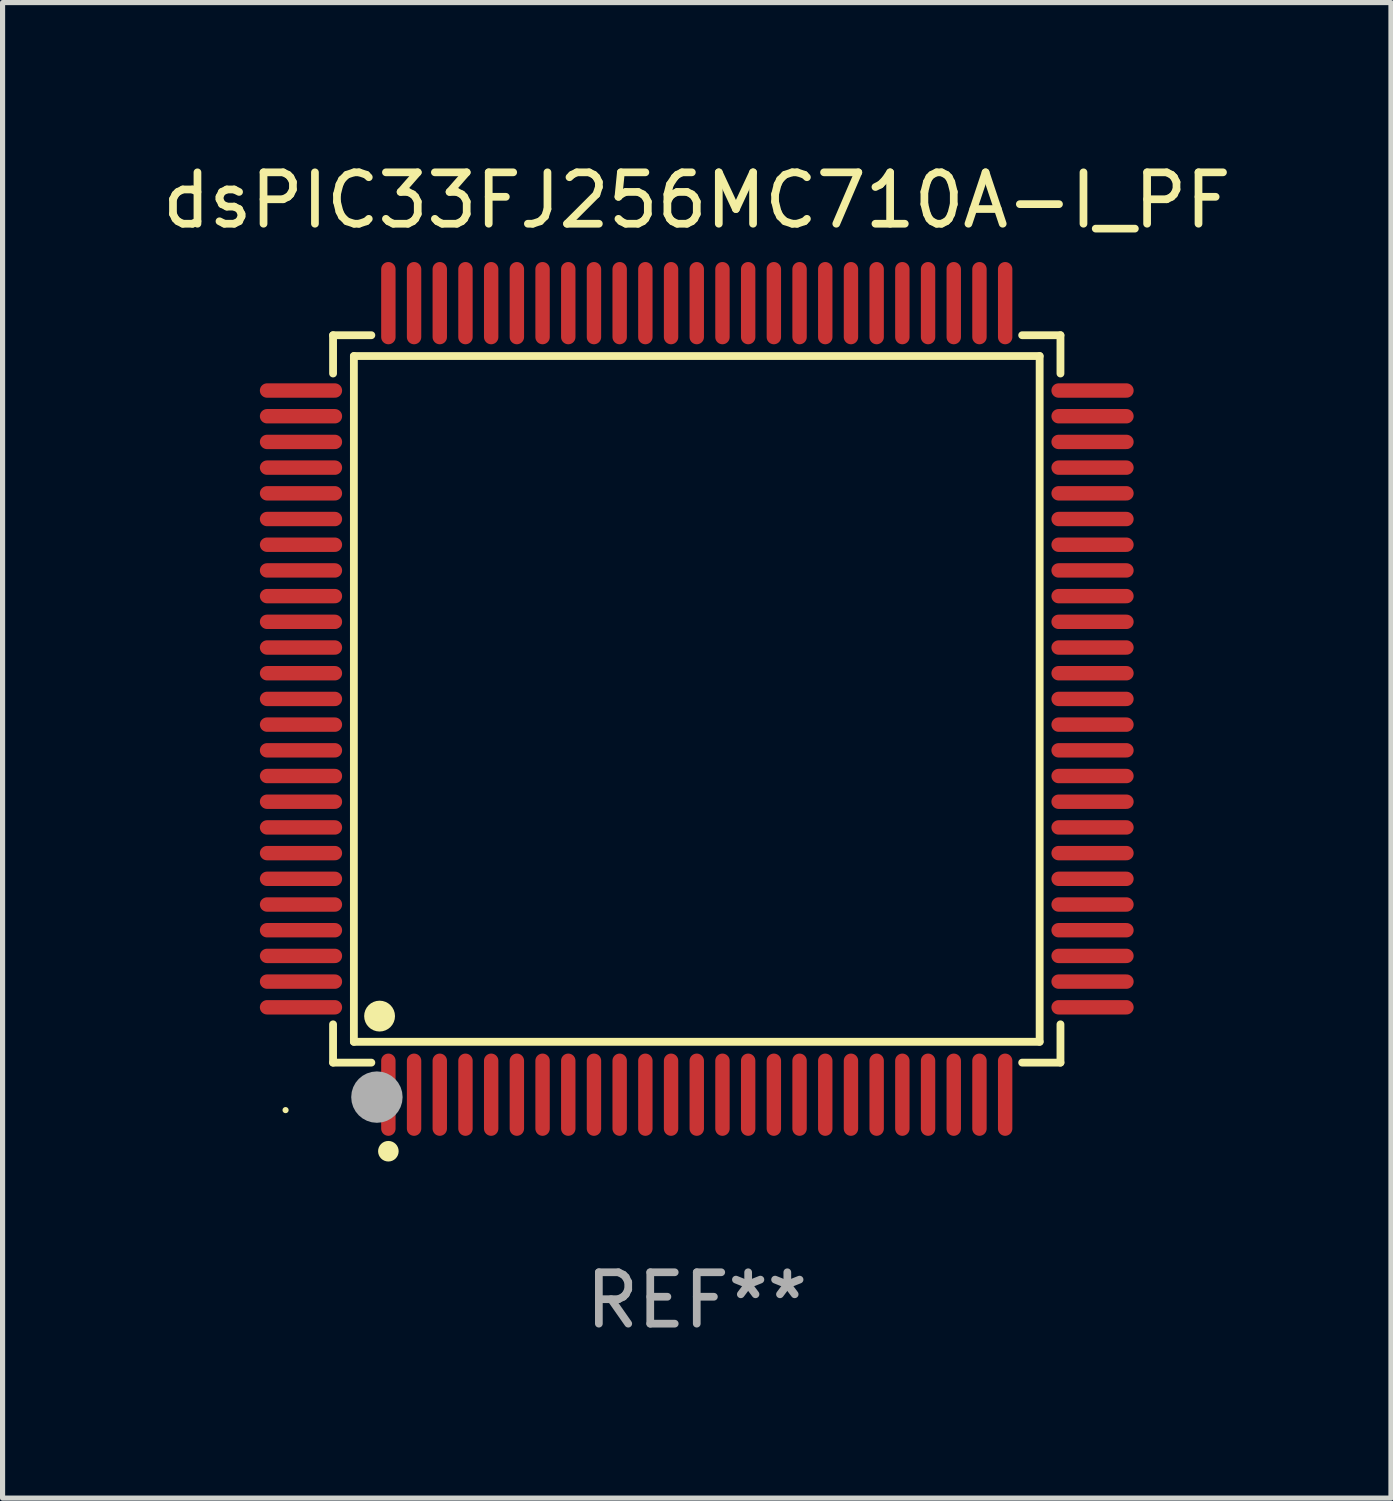
<source format=kicad_pcb>
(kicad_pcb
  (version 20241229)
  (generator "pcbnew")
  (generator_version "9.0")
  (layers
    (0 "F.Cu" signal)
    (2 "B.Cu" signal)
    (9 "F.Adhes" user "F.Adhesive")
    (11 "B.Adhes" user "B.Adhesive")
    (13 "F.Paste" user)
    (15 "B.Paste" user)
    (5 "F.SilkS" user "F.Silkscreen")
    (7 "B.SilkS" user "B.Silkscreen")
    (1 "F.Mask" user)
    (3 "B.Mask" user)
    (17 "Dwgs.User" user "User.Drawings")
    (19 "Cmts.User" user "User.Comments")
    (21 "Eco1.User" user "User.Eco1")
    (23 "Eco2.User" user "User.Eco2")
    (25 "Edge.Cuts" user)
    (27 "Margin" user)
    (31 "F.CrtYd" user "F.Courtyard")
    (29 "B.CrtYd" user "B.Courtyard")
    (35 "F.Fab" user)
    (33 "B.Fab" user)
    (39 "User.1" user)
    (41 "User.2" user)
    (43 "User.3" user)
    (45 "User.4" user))
  (footprint "dsPIC33FJ256MC710A-I_PF"
    (layer "F.Cu")
    (at 10.506 10.548)
    (property "Reference" "dsPIC33FJ256MC710A-I_PF" (at 0 -9.7 0) (layer "F.SilkS") (effects (font (size 1 1) (thickness 0.15))))
    (attr through_hole)
    (fp_line (start -7.076 -7.076) (end -6.331 -7.076) (stroke (width 0.152) (type solid)) (layer "F.SilkS"))
    (fp_line (start -7.076 -6.331) (end -7.076 -7.076) (stroke (width 0.152) (type solid)) (layer "F.SilkS"))
    (fp_line (start -7.076 6.331) (end -7.076 7.076) (stroke (width 0.152) (type solid)) (layer "F.SilkS"))
    (fp_line (start -7.076 7.076) (end -6.331 7.076) (stroke (width 0.152) (type solid)) (layer "F.SilkS"))
    (fp_line (start -6.671 -6.671) (end 6.671 -6.671) (stroke (width 0.152) (type solid)) (layer "F.SilkS"))
    (fp_line (start -6.671 6.671) (end -6.671 -6.671) (stroke (width 0.152) (type solid)) (layer "F.SilkS"))
    (fp_line (start 6.671 -6.671) (end 6.671 6.671) (stroke (width 0.152) (type solid)) (layer "F.SilkS"))
    (fp_line (start 6.671 6.671) (end -6.671 6.671) (stroke (width 0.152) (type solid)) (layer "F.SilkS"))
    (fp_line (start 7.076 -7.076) (end 6.331 -7.076) (stroke (width 0.152) (type solid)) (layer "F.SilkS"))
    (fp_line (start 7.076 -6.331) (end 7.076 -7.076) (stroke (width 0.152) (type solid)) (layer "F.SilkS"))
    (fp_line (start 7.076 6.331) (end 7.076 7.076) (stroke (width 0.152) (type solid)) (layer "F.SilkS"))
    (fp_line (start 7.076 7.076) (end 6.331 7.076) (stroke (width 0.152) (type solid)) (layer "F.SilkS"))
    (fp_circle (center -8 8) (end -7.97 8) (stroke (width 0.06) (type solid)) (fill no) (layer "F.SilkS"))
    (fp_circle (center -6.171 6.171) (end -6.021 6.171) (stroke (width 0.3) (type solid)) (fill no) (layer "F.SilkS"))
    (fp_circle (center -6 8.8) (end -5.9 8.8) (stroke (width 0.2) (type solid)) (fill no) (layer "F.SilkS"))
    (fp_circle (center -6.223 7.747) (end -5.973 7.747) (stroke (width 0.5) (type solid)) (fill no) (layer "F.Fab"))
    (fp_text user "REF**" (at 0 11.7 0) (layer "F.Fab") (effects (font (size 1 1) (thickness 0.15))))
    (pad "1" smd oval (at -6 7.7) (size 0.28 1.6) (layers "F.Cu" "F.Mask" "F.Paste"))
    (pad "2" smd oval (at -5.5 7.7) (size 0.28 1.6) (layers "F.Cu" "F.Mask" "F.Paste"))
    (pad "3" smd oval (at -5 7.7) (size 0.28 1.6) (layers "F.Cu" "F.Mask" "F.Paste"))
    (pad "4" smd oval (at -4.5 7.7) (size 0.28 1.6) (layers "F.Cu" "F.Mask" "F.Paste"))
    (pad "5" smd oval (at -4 7.7) (size 0.28 1.6) (layers "F.Cu" "F.Mask" "F.Paste"))
    (pad "6" smd oval (at -3.5 7.7) (size 0.28 1.6) (layers "F.Cu" "F.Mask" "F.Paste"))
    (pad "7" smd oval (at -3 7.7) (size 0.28 1.6) (layers "F.Cu" "F.Mask" "F.Paste"))
    (pad "8" smd oval (at -2.5 7.7) (size 0.28 1.6) (layers "F.Cu" "F.Mask" "F.Paste"))
    (pad "9" smd oval (at -2 7.7) (size 0.28 1.6) (layers "F.Cu" "F.Mask" "F.Paste"))
    (pad "10" smd oval (at -1.5 7.7) (size 0.28 1.6) (layers "F.Cu" "F.Mask" "F.Paste"))
    (pad "11" smd oval (at -1 7.7) (size 0.28 1.6) (layers "F.Cu" "F.Mask" "F.Paste"))
    (pad "12" smd oval (at -0.5 7.7) (size 0.28 1.6) (layers "F.Cu" "F.Mask" "F.Paste"))
    (pad "13" smd oval (at 0 7.7) (size 0.28 1.6) (layers "F.Cu" "F.Mask" "F.Paste"))
    (pad "14" smd oval (at 0.5 7.7) (size 0.28 1.6) (layers "F.Cu" "F.Mask" "F.Paste"))
    (pad "15" smd oval (at 1 7.7) (size 0.28 1.6) (layers "F.Cu" "F.Mask" "F.Paste"))
    (pad "16" smd oval (at 1.5 7.7) (size 0.28 1.6) (layers "F.Cu" "F.Mask" "F.Paste"))
    (pad "17" smd oval (at 2 7.7) (size 0.28 1.6) (layers "F.Cu" "F.Mask" "F.Paste"))
    (pad "18" smd oval (at 2.5 7.7) (size 0.28 1.6) (layers "F.Cu" "F.Mask" "F.Paste"))
    (pad "19" smd oval (at 3 7.7) (size 0.28 1.6) (layers "F.Cu" "F.Mask" "F.Paste"))
    (pad "20" smd oval (at 3.5 7.7) (size 0.28 1.6) (layers "F.Cu" "F.Mask" "F.Paste"))
    (pad "21" smd oval (at 4 7.7) (size 0.28 1.6) (layers "F.Cu" "F.Mask" "F.Paste"))
    (pad "22" smd oval (at 4.5 7.7) (size 0.28 1.6) (layers "F.Cu" "F.Mask" "F.Paste"))
    (pad "23" smd oval (at 5 7.7) (size 0.28 1.6) (layers "F.Cu" "F.Mask" "F.Paste"))
    (pad "24" smd oval (at 5.5 7.7) (size 0.28 1.6) (layers "F.Cu" "F.Mask" "F.Paste"))
    (pad "25" smd oval (at 6 7.7) (size 0.28 1.6) (layers "F.Cu" "F.Mask" "F.Paste"))
    (pad "26" smd oval (at 7.7 6) (size 1.6 0.28) (layers "F.Cu" "F.Mask" "F.Paste"))
    (pad "27" smd oval (at 7.7 5.5) (size 1.6 0.28) (layers "F.Cu" "F.Mask" "F.Paste"))
    (pad "28" smd oval (at 7.7 5) (size 1.6 0.28) (layers "F.Cu" "F.Mask" "F.Paste"))
    (pad "29" smd oval (at 7.7 4.5) (size 1.6 0.28) (layers "F.Cu" "F.Mask" "F.Paste"))
    (pad "30" smd oval (at 7.7 4) (size 1.6 0.28) (layers "F.Cu" "F.Mask" "F.Paste"))
    (pad "31" smd oval (at 7.7 3.5) (size 1.6 0.28) (layers "F.Cu" "F.Mask" "F.Paste"))
    (pad "32" smd oval (at 7.7 3) (size 1.6 0.28) (layers "F.Cu" "F.Mask" "F.Paste"))
    (pad "33" smd oval (at 7.7 2.5) (size 1.6 0.28) (layers "F.Cu" "F.Mask" "F.Paste"))
    (pad "34" smd oval (at 7.7 2) (size 1.6 0.28) (layers "F.Cu" "F.Mask" "F.Paste"))
    (pad "35" smd oval (at 7.7 1.5) (size 1.6 0.28) (layers "F.Cu" "F.Mask" "F.Paste"))
    (pad "36" smd oval (at 7.7 1) (size 1.6 0.28) (layers "F.Cu" "F.Mask" "F.Paste"))
    (pad "37" smd oval (at 7.7 0.5) (size 1.6 0.28) (layers "F.Cu" "F.Mask" "F.Paste"))
    (pad "38" smd oval (at 7.7 0) (size 1.6 0.28) (layers "F.Cu" "F.Mask" "F.Paste"))
    (pad "39" smd oval (at 7.7 -0.5) (size 1.6 0.28) (layers "F.Cu" "F.Mask" "F.Paste"))
    (pad "40" smd oval (at 7.7 -1) (size 1.6 0.28) (layers "F.Cu" "F.Mask" "F.Paste"))
    (pad "41" smd oval (at 7.7 -1.5) (size 1.6 0.28) (layers "F.Cu" "F.Mask" "F.Paste"))
    (pad "42" smd oval (at 7.7 -2) (size 1.6 0.28) (layers "F.Cu" "F.Mask" "F.Paste"))
    (pad "43" smd oval (at 7.7 -2.5) (size 1.6 0.28) (layers "F.Cu" "F.Mask" "F.Paste"))
    (pad "44" smd oval (at 7.7 -3) (size 1.6 0.28) (layers "F.Cu" "F.Mask" "F.Paste"))
    (pad "45" smd oval (at 7.7 -3.5) (size 1.6 0.28) (layers "F.Cu" "F.Mask" "F.Paste"))
    (pad "46" smd oval (at 7.7 -4) (size 1.6 0.28) (layers "F.Cu" "F.Mask" "F.Paste"))
    (pad "47" smd oval (at 7.7 -4.5) (size 1.6 0.28) (layers "F.Cu" "F.Mask" "F.Paste"))
    (pad "48" smd oval (at 7.7 -5) (size 1.6 0.28) (layers "F.Cu" "F.Mask" "F.Paste"))
    (pad "49" smd oval (at 7.7 -5.5) (size 1.6 0.28) (layers "F.Cu" "F.Mask" "F.Paste"))
    (pad "50" smd oval (at 7.7 -6) (size 1.6 0.28) (layers "F.Cu" "F.Mask" "F.Paste"))
    (pad "51" smd oval (at 6 -7.7) (size 0.28 1.6) (layers "F.Cu" "F.Mask" "F.Paste"))
    (pad "52" smd oval (at 5.5 -7.7) (size 0.28 1.6) (layers "F.Cu" "F.Mask" "F.Paste"))
    (pad "53" smd oval (at 5 -7.7) (size 0.28 1.6) (layers "F.Cu" "F.Mask" "F.Paste"))
    (pad "54" smd oval (at 4.5 -7.7) (size 0.28 1.6) (layers "F.Cu" "F.Mask" "F.Paste"))
    (pad "55" smd oval (at 4 -7.7) (size 0.28 1.6) (layers "F.Cu" "F.Mask" "F.Paste"))
    (pad "56" smd oval (at 3.5 -7.7) (size 0.28 1.6) (layers "F.Cu" "F.Mask" "F.Paste"))
    (pad "57" smd oval (at 3 -7.7) (size 0.28 1.6) (layers "F.Cu" "F.Mask" "F.Paste"))
    (pad "58" smd oval (at 2.5 -7.7) (size 0.28 1.6) (layers "F.Cu" "F.Mask" "F.Paste"))
    (pad "59" smd oval (at 2 -7.7) (size 0.28 1.6) (layers "F.Cu" "F.Mask" "F.Paste"))
    (pad "60" smd oval (at 1.5 -7.7) (size 0.28 1.6) (layers "F.Cu" "F.Mask" "F.Paste"))
    (pad "61" smd oval (at 1 -7.7) (size 0.28 1.6) (layers "F.Cu" "F.Mask" "F.Paste"))
    (pad "62" smd oval (at 0.5 -7.7) (size 0.28 1.6) (layers "F.Cu" "F.Mask" "F.Paste"))
    (pad "63" smd oval (at 0 -7.7) (size 0.28 1.6) (layers "F.Cu" "F.Mask" "F.Paste"))
    (pad "64" smd oval (at -0.5 -7.7) (size 0.28 1.6) (layers "F.Cu" "F.Mask" "F.Paste"))
    (pad "65" smd oval (at -1 -7.7) (size 0.28 1.6) (layers "F.Cu" "F.Mask" "F.Paste"))
    (pad "66" smd oval (at -1.5 -7.7) (size 0.28 1.6) (layers "F.Cu" "F.Mask" "F.Paste"))
    (pad "67" smd oval (at -2 -7.7) (size 0.28 1.6) (layers "F.Cu" "F.Mask" "F.Paste"))
    (pad "68" smd oval (at -2.5 -7.7) (size 0.28 1.6) (layers "F.Cu" "F.Mask" "F.Paste"))
    (pad "69" smd oval (at -3 -7.7) (size 0.28 1.6) (layers "F.Cu" "F.Mask" "F.Paste"))
    (pad "70" smd oval (at -3.5 -7.7) (size 0.28 1.6) (layers "F.Cu" "F.Mask" "F.Paste"))
    (pad "71" smd oval (at -4 -7.7) (size 0.28 1.6) (layers "F.Cu" "F.Mask" "F.Paste"))
    (pad "72" smd oval (at -4.5 -7.7) (size 0.28 1.6) (layers "F.Cu" "F.Mask" "F.Paste"))
    (pad "73" smd oval (at -5 -7.7) (size 0.28 1.6) (layers "F.Cu" "F.Mask" "F.Paste"))
    (pad "74" smd oval (at -5.5 -7.7) (size 0.28 1.6) (layers "F.Cu" "F.Mask" "F.Paste"))
    (pad "75" smd oval (at -6 -7.7) (size 0.28 1.6) (layers "F.Cu" "F.Mask" "F.Paste"))
    (pad "76" smd oval (at -7.7 -6) (size 1.6 0.28) (layers "F.Cu" "F.Mask" "F.Paste"))
    (pad "77" smd oval (at -7.7 -5.5) (size 1.6 0.28) (layers "F.Cu" "F.Mask" "F.Paste"))
    (pad "78" smd oval (at -7.7 -5) (size 1.6 0.28) (layers "F.Cu" "F.Mask" "F.Paste"))
    (pad "79" smd oval (at -7.7 -4.5) (size 1.6 0.28) (layers "F.Cu" "F.Mask" "F.Paste"))
    (pad "80" smd oval (at -7.7 -4) (size 1.6 0.28) (layers "F.Cu" "F.Mask" "F.Paste"))
    (pad "81" smd oval (at -7.7 -3.5) (size 1.6 0.28) (layers "F.Cu" "F.Mask" "F.Paste"))
    (pad "82" smd oval (at -7.7 -3) (size 1.6 0.28) (layers "F.Cu" "F.Mask" "F.Paste"))
    (pad "83" smd oval (at -7.7 -2.5) (size 1.6 0.28) (layers "F.Cu" "F.Mask" "F.Paste"))
    (pad "84" smd oval (at -7.7 -2) (size 1.6 0.28) (layers "F.Cu" "F.Mask" "F.Paste"))
    (pad "85" smd oval (at -7.7 -1.5) (size 1.6 0.28) (layers "F.Cu" "F.Mask" "F.Paste"))
    (pad "86" smd oval (at -7.7 -1) (size 1.6 0.28) (layers "F.Cu" "F.Mask" "F.Paste"))
    (pad "87" smd oval (at -7.7 -0.5) (size 1.6 0.28) (layers "F.Cu" "F.Mask" "F.Paste"))
    (pad "88" smd oval (at -7.7 0) (size 1.6 0.28) (layers "F.Cu" "F.Mask" "F.Paste"))
    (pad "89" smd oval (at -7.7 0.5) (size 1.6 0.28) (layers "F.Cu" "F.Mask" "F.Paste"))
    (pad "90" smd oval (at -7.7 1) (size 1.6 0.28) (layers "F.Cu" "F.Mask" "F.Paste"))
    (pad "91" smd oval (at -7.7 1.5) (size 1.6 0.28) (layers "F.Cu" "F.Mask" "F.Paste"))
    (pad "92" smd oval (at -7.7 2) (size 1.6 0.28) (layers "F.Cu" "F.Mask" "F.Paste"))
    (pad "93" smd oval (at -7.7 2.5) (size 1.6 0.28) (layers "F.Cu" "F.Mask" "F.Paste"))
    (pad "94" smd oval (at -7.7 3) (size 1.6 0.28) (layers "F.Cu" "F.Mask" "F.Paste"))
    (pad "95" smd oval (at -7.7 3.5) (size 1.6 0.28) (layers "F.Cu" "F.Mask" "F.Paste"))
    (pad "96" smd oval (at -7.7 4) (size 1.6 0.28) (layers "F.Cu" "F.Mask" "F.Paste"))
    (pad "97" smd oval (at -7.7 4.5) (size 1.6 0.28) (layers "F.Cu" "F.Mask" "F.Paste"))
    (pad "98" smd oval (at -7.7 5) (size 1.6 0.28) (layers "F.Cu" "F.Mask" "F.Paste"))
    (pad "99" smd oval (at -7.7 5.5) (size 1.6 0.28) (layers "F.Cu" "F.Mask" "F.Paste"))
    (pad "100" smd oval (at -7.7 6) (size 1.6 0.28) (layers "F.Cu" "F.Mask" "F.Paste")))
  (gr_rect
    (start -3 -3)
    (end 24.012 26.097)
    (stroke (width 0.1) (type default))
    (fill no)
    (layer "Edge.Cuts")))
</source>
